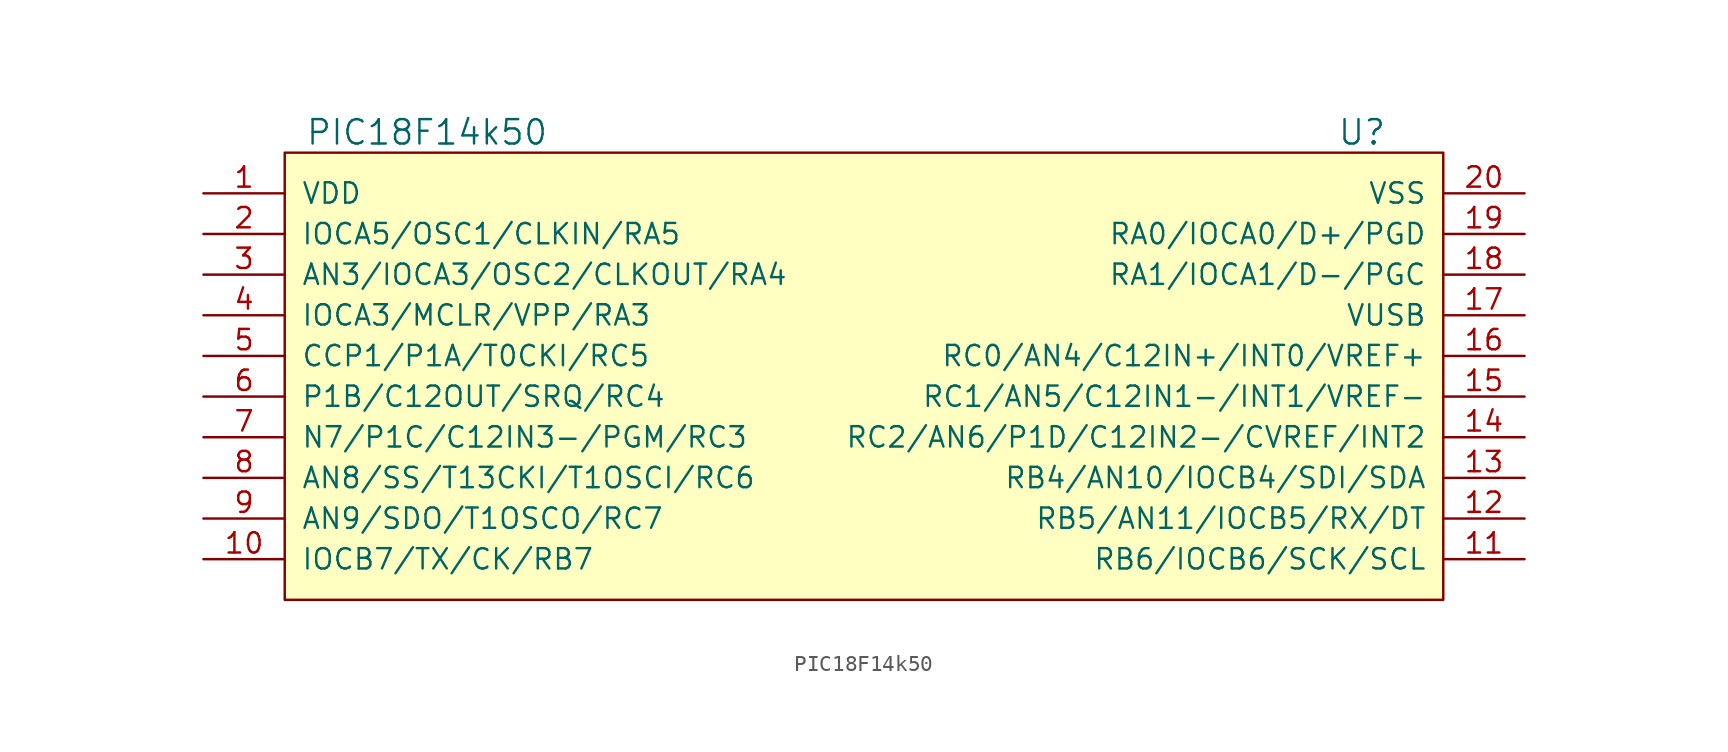
<source format=kicad_sym>
(kicad_symbol_lib
  (version 20211014)
  (generator kicad_symbol_editor)
  (symbol "PIC18F14k50"
    (pin_names
      (offset 1.016))
    (property "Reference" "U"
      (at 31.75 15.24 0)
      (effects (font (size 1.524 1.524))))
    (property "Value" "PIC18F14k50"
      (at -26.67 15.24 0)
      (effects (font (size 1.524 1.524))))
    (property "Footprint" ""
      (at 0 0 0)
      (effects (font (size 1.524 1.524))))
    (property "Datasheet" ""
      (at 0 0 0)
      (effects (font (size 1.524 1.524))))
    (symbol "PIC18F14k50_0_1"
      (rectangle (start -35.56 -13.97) (end 36.83 13.97) (stroke (width 0) (type default) (color 0 0 0 0)) (fill (type background))))
    (symbol "PIC18F14k50_1_1"
      (pin power_in line (at -40.64 11.43 0) (length 5.08) (name "VDD" (effects (font (size 1.27 1.27)))) (number "1" (effects (font (size 1.27 1.27)))))
      (pin bidirectional line (at -40.64 -11.43 0) (length 5.08) (name "IOCB7/TX/CK/RB7" (effects (font (size 1.27 1.27)))) (number "10" (effects (font (size 1.27 1.27)))))
      (pin bidirectional line (at 41.91 -11.43 180) (length 5.08) (name "RB6/IOCB6/SCK/SCL" (effects (font (size 1.27 1.27)))) (number "11" (effects (font (size 1.27 1.27)))))
      (pin bidirectional line (at 41.91 -8.89 180) (length 5.08) (name "RB5/AN11/IOCB5/RX/DT" (effects (font (size 1.27 1.27)))) (number "12" (effects (font (size 1.27 1.27)))))
      (pin bidirectional line (at 41.91 -6.35 180) (length 5.08) (name "RB4/AN10/IOCB4/SDI/SDA" (effects (font (size 1.27 1.27)))) (number "13" (effects (font (size 1.27 1.27)))))
      (pin bidirectional line (at 41.91 -3.81 180) (length 5.08) (name "RC2/AN6/P1D/C12IN2-/CVREF/INT2" (effects (font (size 1.27 1.27)))) (number "14" (effects (font (size 1.27 1.27)))))
      (pin bidirectional line (at 41.91 -1.27 180) (length 5.08) (name "RC1/AN5/C12IN1-/INT1/VREF-" (effects (font (size 1.27 1.27)))) (number "15" (effects (font (size 1.27 1.27)))))
      (pin bidirectional line (at 41.91 1.27 180) (length 5.08) (name "RC0/AN4/C12IN+/INT0/VREF+" (effects (font (size 1.27 1.27)))) (number "16" (effects (font (size 1.27 1.27)))))
      (pin power_in line (at 41.91 3.81 180) (length 5.08) (name "VUSB" (effects (font (size 1.27 1.27)))) (number "17" (effects (font (size 1.27 1.27)))))
      (pin bidirectional line (at 41.91 6.35 180) (length 5.08) (name "RA1/IOCA1/D-/PGC" (effects (font (size 1.27 1.27)))) (number "18" (effects (font (size 1.27 1.27)))))
      (pin bidirectional line (at 41.91 8.89 180) (length 5.08) (name "RA0/IOCA0/D+/PGD" (effects (font (size 1.27 1.27)))) (number "19" (effects (font (size 1.27 1.27)))))
      (pin bidirectional line (at -40.64 8.89 0) (length 5.08) (name "IOCA5/OSC1/CLKIN/RA5" (effects (font (size 1.27 1.27)))) (number "2" (effects (font (size 1.27 1.27)))))
      (pin power_in line (at 41.91 11.43 180) (length 5.08) (name "VSS" (effects (font (size 1.27 1.27)))) (number "20" (effects (font (size 1.27 1.27)))))
      (pin bidirectional line (at -40.64 6.35 0) (length 5.08) (name "AN3/IOCA3/OSC2/CLKOUT/RA4" (effects (font (size 1.27 1.27)))) (number "3" (effects (font (size 1.27 1.27)))))
      (pin bidirectional line (at -40.64 3.81 0) (length 5.08) (name "IOCA3/MCLR/VPP/RA3" (effects (font (size 1.27 1.27)))) (number "4" (effects (font (size 1.27 1.27)))))
      (pin bidirectional line (at -40.64 1.27 0) (length 5.08) (name "CCP1/P1A/T0CKI/RC5" (effects (font (size 1.27 1.27)))) (number "5" (effects (font (size 1.27 1.27)))))
      (pin bidirectional line (at -40.64 -1.27 0) (length 5.08) (name "P1B/C12OUT/SRQ/RC4" (effects (font (size 1.27 1.27)))) (number "6" (effects (font (size 1.27 1.27)))))
      (pin bidirectional line (at -40.64 -3.81 0) (length 5.08) (name "N7/P1C/C12IN3-/PGM/RC3" (effects (font (size 1.27 1.27)))) (number "7" (effects (font (size 1.27 1.27)))))
      (pin bidirectional line (at -40.64 -6.35 0) (length 5.08) (name "AN8/SS/T13CKI/T1OSCI/RC6" (effects (font (size 1.27 1.27)))) (number "8" (effects (font (size 1.27 1.27)))))
      (pin bidirectional line (at -40.64 -8.89 0) (length 5.08) (name "AN9/SDO/T1OSCO/RC7" (effects (font (size 1.27 1.27)))) (number "9" (effects (font (size 1.27 1.27))))))))
</source>
